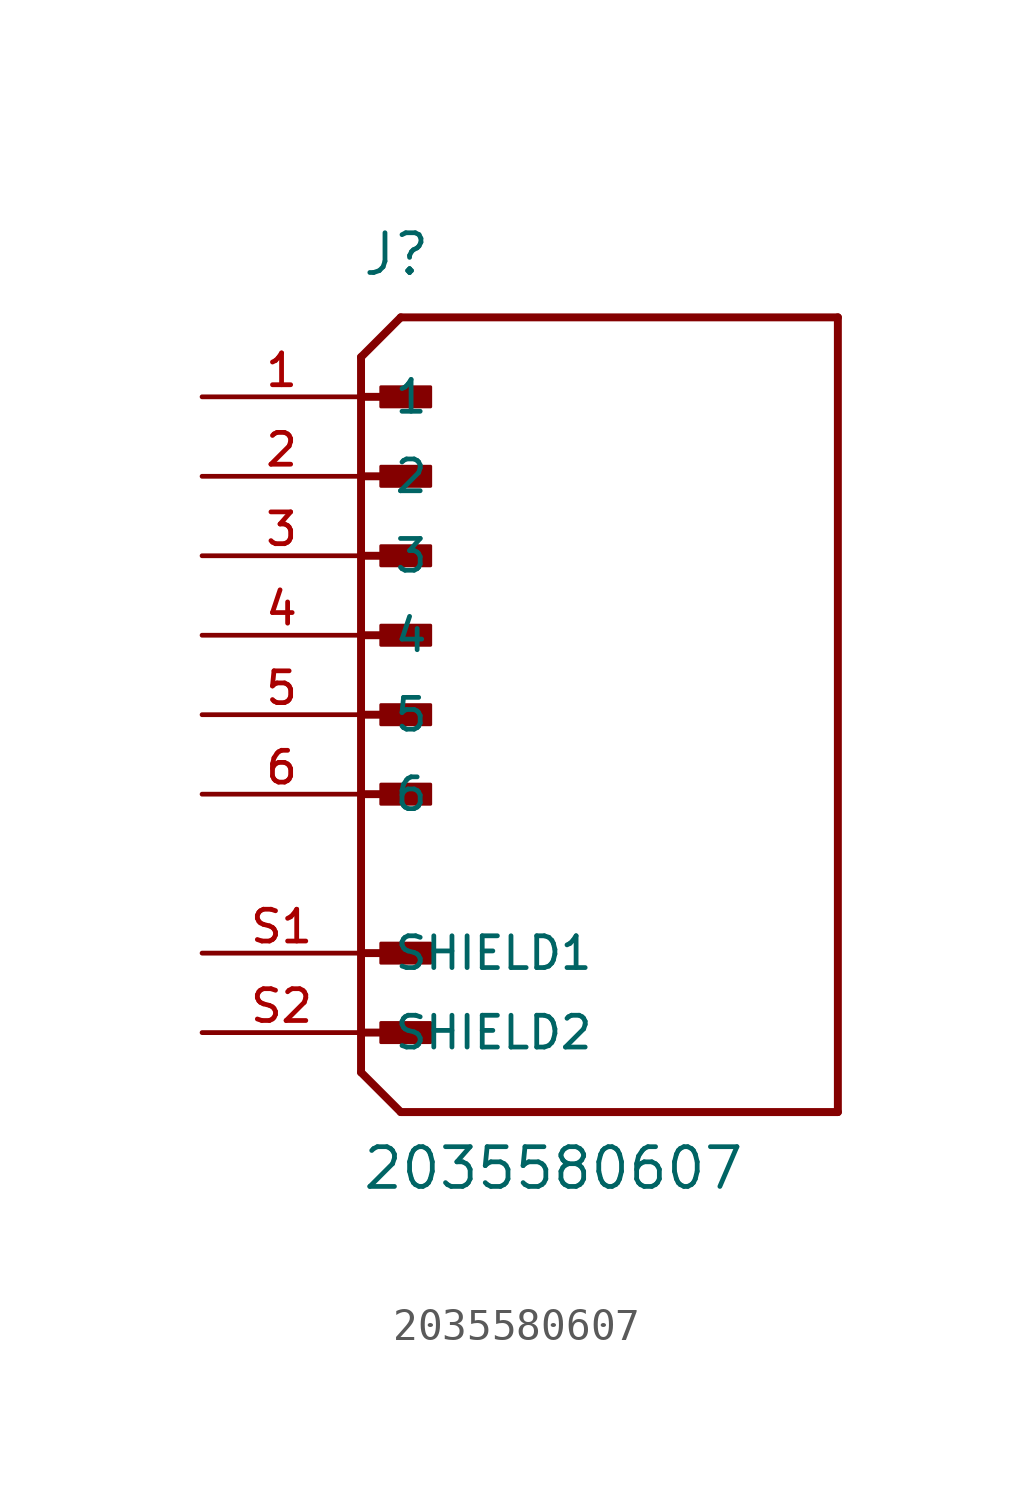
<source format=kicad_sym>
(kicad_symbol_lib
  (version 20211014)
  (generator kicad_symbol_editor)
  (symbol "2035580607"
    (pin_names
      (offset 1.016))
    (property "Reference" "J"
      (at -7.62 13.97 0)
      (effects (font (size 1.27 1.27)) (justify bottom left)))
    (property "Value" "2035580607"
      (at -7.62 -15.24 0)
      (effects (font (size 1.27 1.27)) (justify bottom left)))
    (symbol "2035580607_0_0"
      (polyline (pts (xy -7.62 11.43) (xy -6.35 12.7)) (stroke (width 0.254)))
      (polyline (pts (xy -7.62 11.43) (xy -7.62 5.08)) (stroke (width 0.254)))
      (polyline (pts (xy -7.62 5.08) (xy -7.62 -2.54)) (stroke (width 0.254)))
      (polyline (pts (xy -7.62 -2.54) (xy -7.62 -11.43)) (stroke (width 0.254)))
      (polyline (pts (xy -7.62 -11.43) (xy -6.35 -12.7)) (stroke (width 0.254)))
      (polyline (pts (xy -6.35 -12.7) (xy 7.62 -12.7)) (stroke (width 0.254)))
      (polyline (pts (xy 7.62 -12.7) (xy 7.62 12.7)) (stroke (width 0.254)))
      (polyline (pts (xy 7.62 12.7) (xy -6.35 12.7)) (stroke (width 0.254)))
      (rectangle (start -6.985 9.842) (end -5.397 10.477) (stroke (width 0.1)) (fill (type outline)))
      (polyline (pts (xy -7.62 7.62) (xy -5.715 7.62)) (stroke (width 0.254)))
      (rectangle (start -6.985 7.303) (end -5.397 7.938) (stroke (width 0.1)) (fill (type outline)))
      (polyline (pts (xy -7.62 10.16) (xy -5.715 10.16)) (stroke (width 0.254)))
      (rectangle (start -6.985 4.763) (end -5.397 5.397) (stroke (width 0.1)) (fill (type outline)))
      (polyline (pts (xy -7.62 5.08) (xy -5.715 5.08)) (stroke (width 0.254)))
      (polyline (pts (xy -7.62 2.54) (xy -5.715 2.54)) (stroke (width 0.254)))
      (rectangle (start -6.985 2.223) (end -5.397 2.857) (stroke (width 0.1)) (fill (type outline)))
      (rectangle (start -6.985 -0.318) (end -5.397 0.318) (stroke (width 0.1)) (fill (type outline)))
      (polyline (pts (xy -7.62 0.0) (xy -5.715 0.0)) (stroke (width 0.254)))
      (rectangle (start -6.985 -2.857) (end -5.397 -2.223) (stroke (width 0.1)) (fill (type outline)))
      (polyline (pts (xy -7.62 -2.54) (xy -5.715 -2.54)) (stroke (width 0.254)))
      (polyline (pts (xy -7.62 -7.62) (xy -5.715 -7.62)) (stroke (width 0.254)))
      (rectangle (start -6.985 -7.938) (end -5.397 -7.303) (stroke (width 0.1)) (fill (type outline)))
      (rectangle (start -6.985 -10.477) (end -5.397 -9.842) (stroke (width 0.1)) (fill (type outline)))
      (polyline (pts (xy -7.62 -10.16) (xy -5.715 -10.16)) (stroke (width 0.254)))
      (pin passive line (at -12.7 10.16 0) (length 5.08) (name "1" (effects (font (size 1.016 1.016)))) (number "1" (effects (font (size 1.016 1.016)))))
      (pin passive line (at -12.7 7.62 0) (length 5.08) (name "2" (effects (font (size 1.016 1.016)))) (number "2" (effects (font (size 1.016 1.016)))))
      (pin passive line (at -12.7 -7.62 0) (length 5.08) (name "SHIELD1" (effects (font (size 1.016 1.016)))) (number "S1" (effects (font (size 1.016 1.016)))))
      (pin passive line (at -12.7 5.08 0) (length 5.08) (name "3" (effects (font (size 1.016 1.016)))) (number "3" (effects (font (size 1.016 1.016)))))
      (pin passive line (at -12.7 2.54 0) (length 5.08) (name "4" (effects (font (size 1.016 1.016)))) (number "4" (effects (font (size 1.016 1.016)))))
      (pin passive line (at -12.7 0.0 0) (length 5.08) (name "5" (effects (font (size 1.016 1.016)))) (number "5" (effects (font (size 1.016 1.016)))))
      (pin passive line (at -12.7 -2.54 0) (length 5.08) (name "6" (effects (font (size 1.016 1.016)))) (number "6" (effects (font (size 1.016 1.016)))))
      (pin passive line (at -12.7 -10.16 0) (length 5.08) (name "SHIELD2" (effects (font (size 1.016 1.016)))) (number "S2" (effects (font (size 1.016 1.016))))))))
</source>
